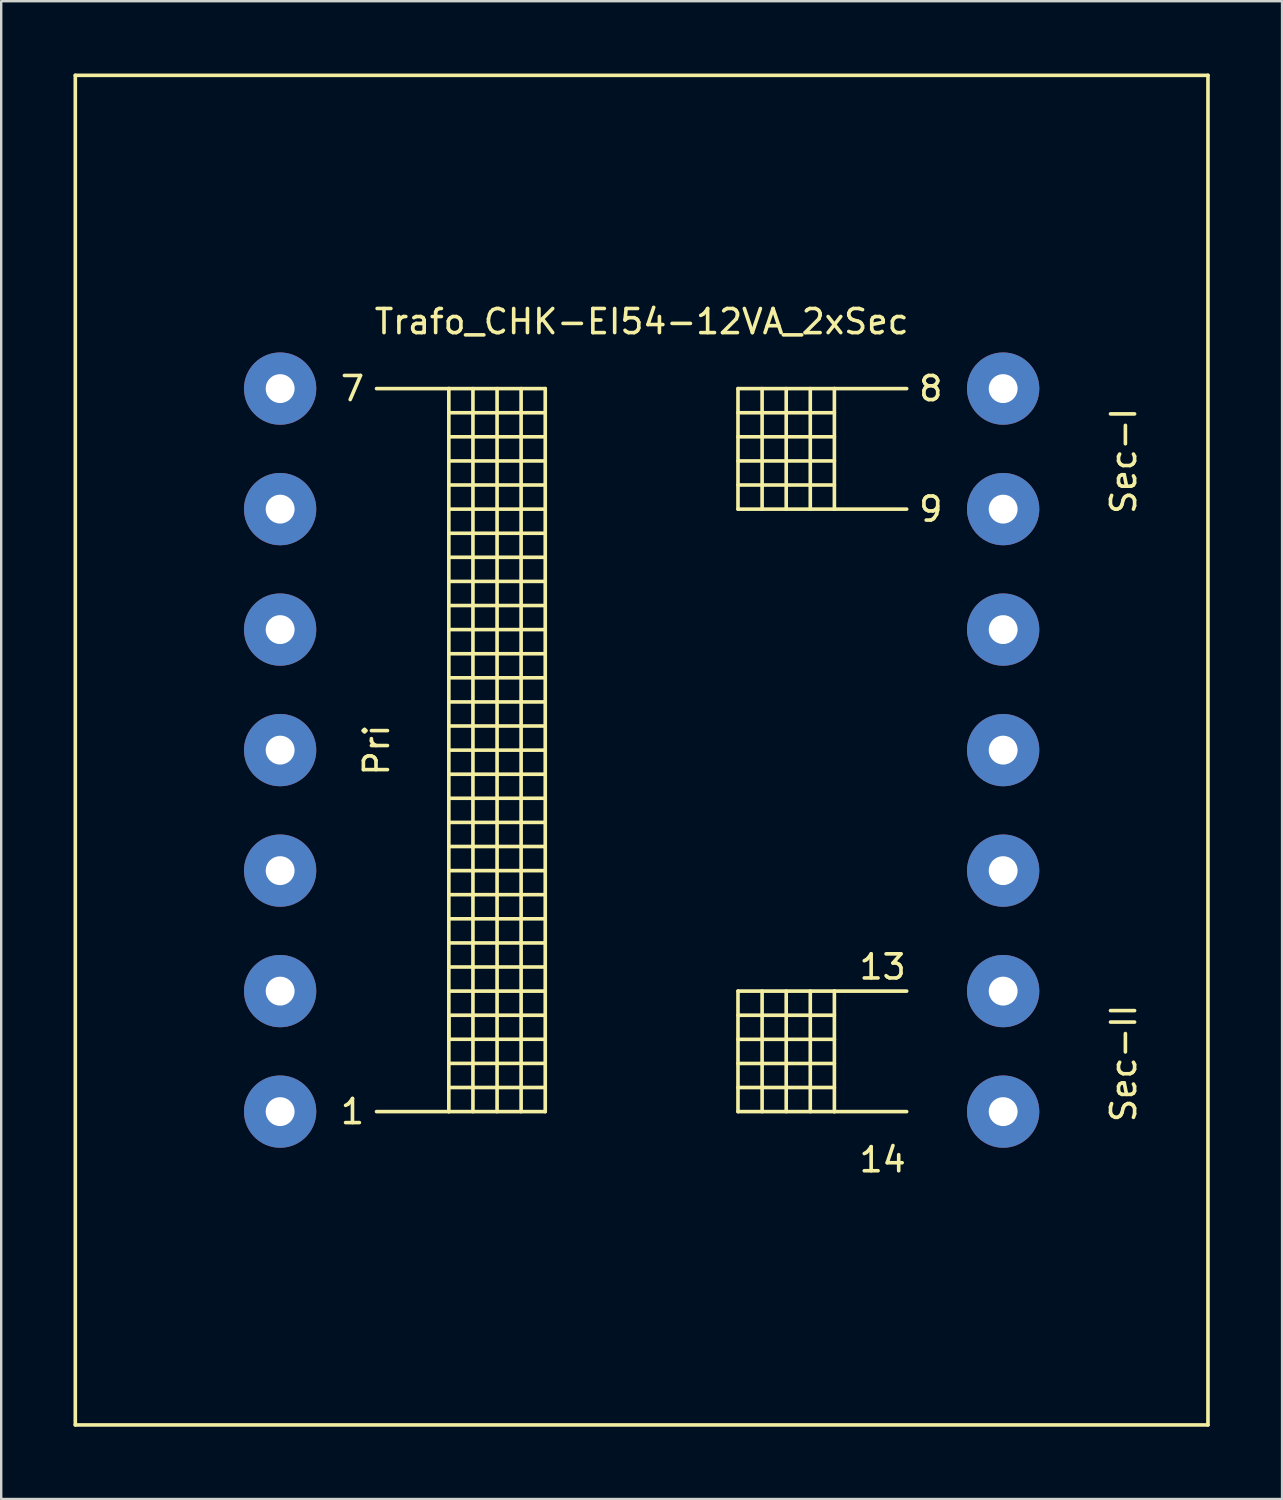
<source format=kicad_pcb>
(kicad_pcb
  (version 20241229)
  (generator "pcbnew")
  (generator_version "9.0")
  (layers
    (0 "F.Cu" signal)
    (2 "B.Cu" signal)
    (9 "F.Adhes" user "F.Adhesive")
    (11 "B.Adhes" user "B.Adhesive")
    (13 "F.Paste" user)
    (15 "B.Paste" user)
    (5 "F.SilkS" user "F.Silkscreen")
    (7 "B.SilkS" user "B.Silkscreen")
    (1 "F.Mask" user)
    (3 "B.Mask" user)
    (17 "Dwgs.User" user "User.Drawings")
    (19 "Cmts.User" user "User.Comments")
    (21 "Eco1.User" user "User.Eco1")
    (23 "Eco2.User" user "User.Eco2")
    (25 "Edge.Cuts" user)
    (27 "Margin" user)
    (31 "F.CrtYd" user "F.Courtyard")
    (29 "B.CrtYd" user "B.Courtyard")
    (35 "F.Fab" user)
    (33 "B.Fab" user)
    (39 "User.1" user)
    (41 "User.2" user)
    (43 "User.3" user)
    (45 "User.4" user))
  (footprint "Trafo_CHK-EI54-12VA_2xSec"
    (layer "F.Cu")
    (at 23.575 28.076)
    (property "Reference" "Trafo_CHK-EI54-12VA_2xSec" (at 0 -17.78 0) (layer "F.SilkS") (effects (font (size 1 1) (thickness 0.15))))
    (attr through_hole)
    (fp_line (start -23.5 -28.001) (end -23.5 28.001) (stroke (width 0.15) (type solid)) (layer "F.SilkS"))
    (fp_line (start -23.5 28.001) (end 23.5 28.001) (stroke (width 0.15) (type solid)) (layer "F.SilkS"))
    (fp_line (start -11.001 -15.001) (end -8.001 -15.001) (stroke (width 0.15) (type solid)) (layer "F.SilkS"))
    (fp_line (start -8.001 -15.001) (end -8.001 15.001) (stroke (width 0.15) (type solid)) (layer "F.SilkS"))
    (fp_line (start -8.001 -15.001) (end -4 -15.001) (stroke (width 0.15) (type solid)) (layer "F.SilkS"))
    (fp_line (start -8.001 -14) (end -4 -14) (stroke (width 0.15) (type solid)) (layer "F.SilkS"))
    (fp_line (start -8.001 -11.999) (end -4 -11.999) (stroke (width 0.15) (type solid)) (layer "F.SilkS"))
    (fp_line (start -8.001 -10) (end -4 -10) (stroke (width 0.15) (type solid)) (layer "F.SilkS"))
    (fp_line (start -8.001 -8.001) (end -4 -8.001) (stroke (width 0.15) (type solid)) (layer "F.SilkS"))
    (fp_line (start -8.001 -5.999) (end -4 -5.999) (stroke (width 0.15) (type solid)) (layer "F.SilkS"))
    (fp_line (start -8.001 -4) (end -4 -4) (stroke (width 0.15) (type solid)) (layer "F.SilkS"))
    (fp_line (start -8.001 -1.999) (end -4 -1.999) (stroke (width 0.15) (type solid)) (layer "F.SilkS"))
    (fp_line (start -8.001 0) (end -4 0) (stroke (width 0.15) (type solid)) (layer "F.SilkS"))
    (fp_line (start -8.001 1.999) (end -4 1.999) (stroke (width 0.15) (type solid)) (layer "F.SilkS"))
    (fp_line (start -8.001 4) (end -4 4) (stroke (width 0.15) (type solid)) (layer "F.SilkS"))
    (fp_line (start -8.001 5.999) (end -4 5.999) (stroke (width 0.15) (type solid)) (layer "F.SilkS"))
    (fp_line (start -8.001 8.001) (end -4 8.001) (stroke (width 0.15) (type solid)) (layer "F.SilkS"))
    (fp_line (start -8.001 10) (end -4 10) (stroke (width 0.15) (type solid)) (layer "F.SilkS"))
    (fp_line (start -8.001 11.001) (end -8.001 11.999) (stroke (width 0.15) (type solid)) (layer "F.SilkS"))
    (fp_line (start -8.001 11.999) (end -4 11.999) (stroke (width 0.15) (type solid)) (layer "F.SilkS"))
    (fp_line (start -8.001 14) (end -4 14) (stroke (width 0.15) (type solid)) (layer "F.SilkS"))
    (fp_line (start -8.001 15.001) (end -11.001 15.001) (stroke (width 0.15) (type solid)) (layer "F.SilkS"))
    (fp_line (start -7 -15.001) (end -7 15.001) (stroke (width 0.15) (type solid)) (layer "F.SilkS"))
    (fp_line (start -5.999 -15.001) (end -5.999 15.001) (stroke (width 0.15) (type solid)) (layer "F.SilkS"))
    (fp_line (start -5.001 3) (end -8.001 3) (stroke (width 0.15) (type solid)) (layer "F.SilkS"))
    (fp_line (start -5.001 3) (end -4 3) (stroke (width 0.15) (type solid)) (layer "F.SilkS"))
    (fp_line (start -5.001 15.001) (end -5.001 -15.001) (stroke (width 0.15) (type solid)) (layer "F.SilkS"))
    (fp_line (start -4 -15.001) (end -4 15.001) (stroke (width 0.15) (type solid)) (layer "F.SilkS"))
    (fp_line (start -4 -13) (end -8.001 -13) (stroke (width 0.15) (type solid)) (layer "F.SilkS"))
    (fp_line (start -4 -11.001) (end -8.001 -11.001) (stroke (width 0.15) (type solid)) (layer "F.SilkS"))
    (fp_line (start -4 -8.999) (end -8.001 -8.999) (stroke (width 0.15) (type solid)) (layer "F.SilkS"))
    (fp_line (start -4 -7) (end -8.001 -7) (stroke (width 0.15) (type solid)) (layer "F.SilkS"))
    (fp_line (start -4 -5.001) (end -8.001 -5.001) (stroke (width 0.15) (type solid)) (layer "F.SilkS"))
    (fp_line (start -4 -3) (end -8.001 -3) (stroke (width 0.15) (type solid)) (layer "F.SilkS"))
    (fp_line (start -4 -1.001) (end -8.001 -1.001) (stroke (width 0.15) (type solid)) (layer "F.SilkS"))
    (fp_line (start -4 1.001) (end -8.001 1.001) (stroke (width 0.15) (type solid)) (layer "F.SilkS"))
    (fp_line (start -4 5.001) (end -8.001 5.001) (stroke (width 0.15) (type solid)) (layer "F.SilkS"))
    (fp_line (start -4 7) (end -8.001 7) (stroke (width 0.15) (type solid)) (layer "F.SilkS"))
    (fp_line (start -4 8.999) (end -8.001 8.999) (stroke (width 0.15) (type solid)) (layer "F.SilkS"))
    (fp_line (start -4 11.001) (end -8.001 11.001) (stroke (width 0.15) (type solid)) (layer "F.SilkS"))
    (fp_line (start -4 13) (end -8.001 13) (stroke (width 0.15) (type solid)) (layer "F.SilkS"))
    (fp_line (start -4 15.001) (end -8.001 15.001) (stroke (width 0.15) (type solid)) (layer "F.SilkS"))
    (fp_line (start 3.998 -15.001) (end 3.998 -10) (stroke (width 0.15) (type solid)) (layer "F.SilkS"))
    (fp_line (start 3.998 -14) (end 7.998 -14) (stroke (width 0.15) (type solid)) (layer "F.SilkS"))
    (fp_line (start 3.998 -11.999) (end 7.998 -11.999) (stroke (width 0.15) (type solid)) (layer "F.SilkS"))
    (fp_line (start 3.998 -10) (end 7.998 -10) (stroke (width 0.15) (type solid)) (layer "F.SilkS"))
    (fp_line (start 3.998 10) (end 3.998 15.001) (stroke (width 0.15) (type solid)) (layer "F.SilkS"))
    (fp_line (start 3.998 11.001) (end 7.998 11.001) (stroke (width 0.15) (type solid)) (layer "F.SilkS"))
    (fp_line (start 3.998 13.002) (end 7.998 13.002) (stroke (width 0.15) (type solid)) (layer "F.SilkS"))
    (fp_line (start 3.998 15.001) (end 7.998 15.001) (stroke (width 0.15) (type solid)) (layer "F.SilkS"))
    (fp_line (start 4.999 -15.001) (end 4.999 -10) (stroke (width 0.15) (type solid)) (layer "F.SilkS"))
    (fp_line (start 4.999 10) (end 4.999 15.001) (stroke (width 0.15) (type solid)) (layer "F.SilkS"))
    (fp_line (start 5.999 -15.001) (end 5.999 -10) (stroke (width 0.15) (type solid)) (layer "F.SilkS"))
    (fp_line (start 5.999 10) (end 5.999 15.001) (stroke (width 0.15) (type solid)) (layer "F.SilkS"))
    (fp_line (start 6.998 -15.001) (end 6.998 -10) (stroke (width 0.15) (type solid)) (layer "F.SilkS"))
    (fp_line (start 6.998 10) (end 6.998 15.001) (stroke (width 0.15) (type solid)) (layer "F.SilkS"))
    (fp_line (start 7.998 -15.001) (end 3.998 -15.001) (stroke (width 0.15) (type solid)) (layer "F.SilkS"))
    (fp_line (start 7.998 -15.001) (end 7.998 -10) (stroke (width 0.15) (type solid)) (layer "F.SilkS"))
    (fp_line (start 7.998 -13) (end 3.998 -13) (stroke (width 0.15) (type solid)) (layer "F.SilkS"))
    (fp_line (start 7.998 -11.001) (end 3.998 -11.001) (stroke (width 0.15) (type solid)) (layer "F.SilkS"))
    (fp_line (start 7.998 -10) (end 10.998 -10) (stroke (width 0.15) (type solid)) (layer "F.SilkS"))
    (fp_line (start 7.998 10) (end 3.998 10) (stroke (width 0.15) (type solid)) (layer "F.SilkS"))
    (fp_line (start 7.998 10) (end 7.998 15.001) (stroke (width 0.15) (type solid)) (layer "F.SilkS"))
    (fp_line (start 7.998 12.002) (end 3.998 12.002) (stroke (width 0.15) (type solid)) (layer "F.SilkS"))
    (fp_line (start 7.998 14) (end 3.998 14) (stroke (width 0.15) (type solid)) (layer "F.SilkS"))
    (fp_line (start 7.998 15.001) (end 10.998 15.001) (stroke (width 0.15) (type solid)) (layer "F.SilkS"))
    (fp_line (start 10.998 -15.001) (end 7.998 -15.001) (stroke (width 0.15) (type solid)) (layer "F.SilkS"))
    (fp_line (start 10.998 10) (end 7.998 10) (stroke (width 0.15) (type solid)) (layer "F.SilkS"))
    (fp_line (start 23.5 -28.001) (end -23.5 -28.001) (stroke (width 0.15) (type solid)) (layer "F.SilkS"))
    (fp_line (start 23.5 28.001) (end 23.5 -28.001) (stroke (width 0.15) (type solid)) (layer "F.SilkS"))
    (fp_text user "1" (at -11.999 15.001 0) (layer "F.SilkS") (effects (font (size 1 1) (thickness 0.15))))
    (fp_text user "9" (at 11.999 -10 0) (layer "F.SilkS") (effects (font (size 1 1) (thickness 0.15))))
    (fp_text user "Sec-I" (at 20 -11.999 90) (layer "F.SilkS") (effects (font (size 1 1) (thickness 0.15))))
    (fp_text user "13" (at 10 8.999 0) (layer "F.SilkS") (effects (font (size 1 1) (thickness 0.15))))
    (fp_text user "8" (at 11.999 -15.001 0) (layer "F.SilkS") (effects (font (size 1 1) (thickness 0.15))))
    (fp_text user "14" (at 10 17 0) (layer "F.SilkS") (effects (font (size 1 1) (thickness 0.15))))
    (fp_text user "Sec-II" (at 20 13 90) (layer "F.SilkS") (effects (font (size 1 1) (thickness 0.15))))
    (fp_text user "7" (at -11.999 -15.001 0) (layer "F.SilkS") (effects (font (size 1 1) (thickness 0.15))))
    (fp_text user "Pri" (at -11.001 0 90) (layer "F.SilkS") (effects (font (size 1 1) (thickness 0.15))))
    (pad "1" thru_hole circle (at -15.001 15.001) (size 3 3) (drill 1.199) (layers "*.Cu" "*.Mask"))
    (pad "2" thru_hole circle (at -15.001 10) (size 3 3) (drill 1.199) (layers "*.Cu" "*.Mask"))
    (pad "3" thru_hole circle (at -15.001 5.001) (size 3 3) (drill 1.199) (layers "*.Cu" "*.Mask"))
    (pad "4" thru_hole circle (at -15.001 0) (size 3 3) (drill 1.199) (layers "*.Cu" "*.Mask"))
    (pad "5" thru_hole circle (at -15.001 -5.001) (size 3 3) (drill 1.199) (layers "*.Cu" "*.Mask"))
    (pad "6" thru_hole circle (at -15.001 -10) (size 3 3) (drill 1.199) (layers "*.Cu" "*.Mask"))
    (pad "7" thru_hole circle (at -15.001 -15.001) (size 3 3) (drill 1.199) (layers "*.Cu" "*.Mask"))
    (pad "8" thru_hole circle (at 15.001 -15.001) (size 3 3) (drill 1.199) (layers "*.Cu" "*.Mask"))
    (pad "9" thru_hole circle (at 15.001 -10) (size 3 3) (drill 1.199) (layers "*.Cu" "*.Mask"))
    (pad "10" thru_hole circle (at 15.001 -5.001) (size 3 3) (drill 1.199) (layers "*.Cu" "*.Mask"))
    (pad "11" thru_hole circle (at 15.001 0) (size 3 3) (drill 1.199) (layers "*.Cu" "*.Mask"))
    (pad "12" thru_hole circle (at 15.001 5.001) (size 3 3) (drill 1.199) (layers "*.Cu" "*.Mask"))
    (pad "13" thru_hole circle (at 15.001 10) (size 3 3) (drill 1.199) (layers "*.Cu" "*.Mask"))
    (pad "14" thru_hole circle (at 15.001 15.001) (size 3 3) (drill 1.199) (layers "*.Cu" "*.Mask")))
  (gr_rect
    (start -3 -3)
    (end 50.15 59.152)
    (stroke (width 0.1) (type default))
    (fill no)
    (layer "Edge.Cuts")))
</source>
